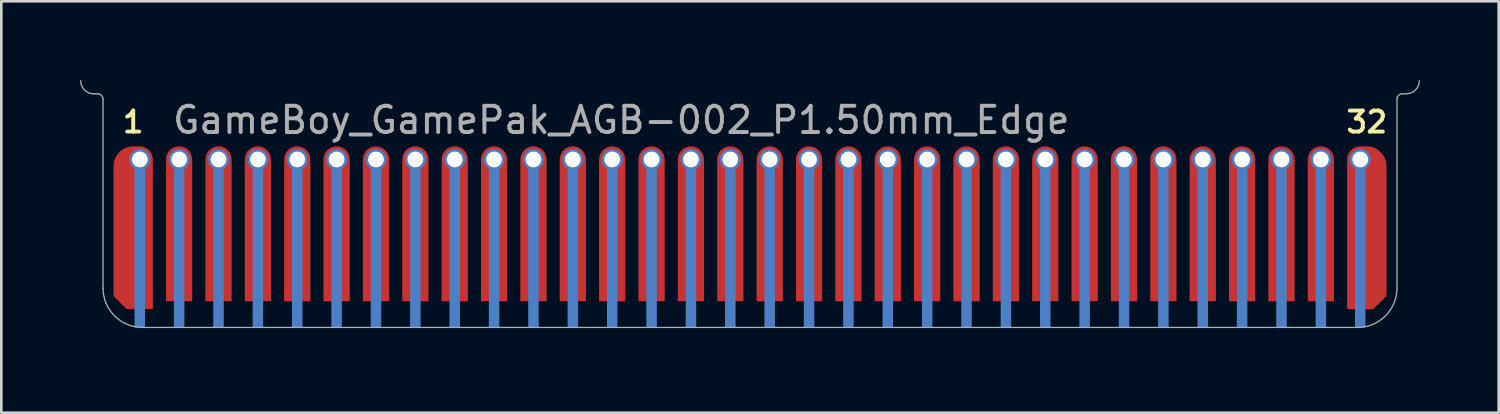
<source format=kicad_pcb>
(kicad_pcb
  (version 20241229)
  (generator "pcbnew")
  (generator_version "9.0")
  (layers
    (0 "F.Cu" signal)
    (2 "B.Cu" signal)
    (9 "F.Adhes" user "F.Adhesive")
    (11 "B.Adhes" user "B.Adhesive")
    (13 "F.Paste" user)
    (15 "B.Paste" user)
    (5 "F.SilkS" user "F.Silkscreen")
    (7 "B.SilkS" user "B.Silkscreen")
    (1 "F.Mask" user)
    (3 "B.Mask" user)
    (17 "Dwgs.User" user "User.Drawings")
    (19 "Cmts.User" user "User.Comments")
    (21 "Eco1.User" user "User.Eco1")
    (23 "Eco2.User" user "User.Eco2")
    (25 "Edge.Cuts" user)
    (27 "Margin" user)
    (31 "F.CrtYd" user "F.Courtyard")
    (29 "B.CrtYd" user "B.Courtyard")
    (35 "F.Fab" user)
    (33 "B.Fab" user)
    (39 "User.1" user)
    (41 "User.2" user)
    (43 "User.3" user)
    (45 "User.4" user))
  (footprint "GameBoy_GamePak_AGB-002_P1.50mm_Edge"
    (layer "F.Cu")
    (at 25.525 9.425)
    (property "Reference" "GameBoy_GamePak_AGB-002_P1.50mm_Edge" (at -22.075 -7.9 0) (layer "F.Fab") (effects (font (size 1 1) (thickness 0.15)) (justify left)))
    (attr through_hole)
    (fp_poly (pts (xy -22.25 -5.7) (xy -21.25 -5.7) (xy -21.25 -1) (xy -22.25 -1)) (stroke (width 0) (type solid)) (fill yes) (layer "F.Mask"))
    (fp_poly (pts (xy -20.75 -5.7) (xy -19.75 -5.7) (xy -19.75 -1) (xy -20.75 -1)) (stroke (width 0) (type solid)) (fill yes) (layer "F.Mask"))
    (fp_poly (pts (xy -19.25 -5.7) (xy -18.25 -5.7) (xy -18.25 -1) (xy -19.25 -1)) (stroke (width 0) (type solid)) (fill yes) (layer "F.Mask"))
    (fp_poly (pts (xy -17.75 -5.7) (xy -16.75 -5.7) (xy -16.75 -1) (xy -17.75 -1)) (stroke (width 0) (type solid)) (fill yes) (layer "F.Mask"))
    (fp_poly (pts (xy -16.25 -5.7) (xy -15.25 -5.7) (xy -15.25 -1) (xy -16.25 -1)) (stroke (width 0) (type solid)) (fill yes) (layer "F.Mask"))
    (fp_poly (pts (xy -14.75 -5.7) (xy -13.75 -5.7) (xy -13.75 -1) (xy -14.75 -1)) (stroke (width 0) (type solid)) (fill yes) (layer "F.Mask"))
    (fp_poly (pts (xy -13.25 -5.7) (xy -12.25 -5.7) (xy -12.25 -1) (xy -13.25 -1)) (stroke (width 0) (type solid)) (fill yes) (layer "F.Mask"))
    (fp_poly (pts (xy -11.75 -5.7) (xy -10.75 -5.7) (xy -10.75 -1) (xy -11.75 -1)) (stroke (width 0) (type solid)) (fill yes) (layer "F.Mask"))
    (fp_poly (pts (xy -10.25 -5.7) (xy -9.25 -5.7) (xy -9.25 -1) (xy -10.25 -1)) (stroke (width 0) (type solid)) (fill yes) (layer "F.Mask"))
    (fp_poly (pts (xy -8.75 -5.7) (xy -7.75 -5.7) (xy -7.75 -1) (xy -8.75 -1)) (stroke (width 0) (type solid)) (fill yes) (layer "F.Mask"))
    (fp_poly (pts (xy -7.25 -5.7) (xy -6.25 -5.7) (xy -6.25 -1) (xy -7.25 -1)) (stroke (width 0) (type solid)) (fill yes) (layer "F.Mask"))
    (fp_poly (pts (xy -5.75 -5.7) (xy -4.75 -5.7) (xy -4.75 -1) (xy -5.75 -1)) (stroke (width 0) (type solid)) (fill yes) (layer "F.Mask"))
    (fp_poly (pts (xy -4.25 -5.7) (xy -3.25 -5.7) (xy -3.25 -1) (xy -4.25 -1)) (stroke (width 0) (type solid)) (fill yes) (layer "F.Mask"))
    (fp_poly (pts (xy -2.75 -5.7) (xy -1.75 -5.7) (xy -1.75 -1) (xy -2.75 -1)) (stroke (width 0) (type solid)) (fill yes) (layer "F.Mask"))
    (fp_poly (pts (xy -1.25 -5.7) (xy -0.25 -5.7) (xy -0.25 -1) (xy -1.25 -1)) (stroke (width 0) (type solid)) (fill yes) (layer "F.Mask"))
    (fp_poly (pts (xy 0.25 -5.7) (xy 1.25 -5.7) (xy 1.25 -1) (xy 0.25 -1)) (stroke (width 0) (type solid)) (fill yes) (layer "F.Mask"))
    (fp_poly (pts (xy 1.75 -5.7) (xy 2.75 -5.7) (xy 2.75 -1) (xy 1.75 -1)) (stroke (width 0) (type solid)) (fill yes) (layer "F.Mask"))
    (fp_poly (pts (xy 3.25 -5.7) (xy 4.25 -5.7) (xy 4.25 -1) (xy 3.25 -1)) (stroke (width 0) (type solid)) (fill yes) (layer "F.Mask"))
    (fp_poly (pts (xy 4.75 -5.7) (xy 5.75 -5.7) (xy 5.75 -1) (xy 4.75 -1)) (stroke (width 0) (type solid)) (fill yes) (layer "F.Mask"))
    (fp_poly (pts (xy 6.25 -5.7) (xy 7.25 -5.7) (xy 7.25 -1) (xy 6.25 -1)) (stroke (width 0) (type solid)) (fill yes) (layer "F.Mask"))
    (fp_poly (pts (xy 7.75 -5.7) (xy 8.75 -5.7) (xy 8.75 -1) (xy 7.75 -1)) (stroke (width 0) (type solid)) (fill yes) (layer "F.Mask"))
    (fp_poly (pts (xy 9.25 -5.7) (xy 10.25 -5.7) (xy 10.25 -1) (xy 9.25 -1)) (stroke (width 0) (type solid)) (fill yes) (layer "F.Mask"))
    (fp_poly (pts (xy 10.75 -5.7) (xy 11.75 -5.7) (xy 11.75 -1) (xy 10.75 -1)) (stroke (width 0) (type solid)) (fill yes) (layer "F.Mask"))
    (fp_poly (pts (xy 12.25 -5.7) (xy 13.25 -5.7) (xy 13.25 -1) (xy 12.25 -1)) (stroke (width 0) (type solid)) (fill yes) (layer "F.Mask"))
    (fp_poly (pts (xy 13.75 -5.7) (xy 14.75 -5.7) (xy 14.75 -1) (xy 13.75 -1)) (stroke (width 0) (type solid)) (fill yes) (layer "F.Mask"))
    (fp_poly (pts (xy 15.25 -5.7) (xy 16.25 -5.7) (xy 16.25 -1) (xy 15.25 -1)) (stroke (width 0) (type solid)) (fill yes) (layer "F.Mask"))
    (fp_poly (pts (xy 16.75 -5.7) (xy 17.75 -5.7) (xy 17.75 -1) (xy 16.75 -1)) (stroke (width 0) (type solid)) (fill yes) (layer "F.Mask"))
    (fp_poly (pts (xy 18.25 -5.7) (xy 19.25 -5.7) (xy 19.25 -1) (xy 18.25 -1)) (stroke (width 0) (type solid)) (fill yes) (layer "F.Mask"))
    (fp_poly (pts (xy 19.75 -5.7) (xy 20.75 -5.7) (xy 20.75 -1) (xy 19.75 -1)) (stroke (width 0) (type solid)) (fill yes) (layer "F.Mask"))
    (fp_poly (pts (xy 21.25 -5.7) (xy 22.25 -5.7) (xy 22.25 -1) (xy 21.25 -1)) (stroke (width 0) (type solid)) (fill yes) (layer "F.Mask"))
    (fp_poly (pts (xy 24.9 0.25) (xy -24.9 0.25) (xy -24.9 -5.7) (xy 24.9 -5.7)) (stroke (width 0) (type solid)) (fill yes) (layer "F.Mask"))
    (fp_poly (pts (xy -24.25 -5.7) (xy -22.75 -5.7) (xy -22.75 -0.7) (xy -23.75 -0.7) (xy -24.25 -1.2)) (stroke (width 0) (type solid)) (fill yes) (layer "F.Mask"))
    (fp_poly (pts (xy 22.75 -5.7) (xy 24.25 -5.7) (xy 24.25 -1.2) (xy 23.75 -0.7) (xy 22.75 -0.7)) (stroke (width 0) (type solid)) (fill yes) (layer "F.Mask"))
    (fp_poly (pts (xy -23.85 0.25) (xy -24.9 0.25) (xy -24.9 -5.7) (xy -23.85 -5.7)) (stroke (width 0) (type solid)) (fill yes) (layer "B.Mask"))
    (fp_poly (pts (xy -22.35 0.25) (xy -22.65 0.25) (xy -22.65 -5.7) (xy -22.35 -5.7)) (stroke (width 0) (type solid)) (fill yes) (layer "B.Mask"))
    (fp_poly (pts (xy -20.85 0.25) (xy -21.15 0.25) (xy -21.15 -5.7) (xy -20.85 -5.7)) (stroke (width 0) (type solid)) (fill yes) (layer "B.Mask"))
    (fp_poly (pts (xy -19.35 0.25) (xy -19.65 0.25) (xy -19.65 -5.7) (xy -19.35 -5.7)) (stroke (width 0) (type solid)) (fill yes) (layer "B.Mask"))
    (fp_poly (pts (xy -17.85 0.25) (xy -18.15 0.25) (xy -18.15 -5.7) (xy -17.85 -5.7)) (stroke (width 0) (type solid)) (fill yes) (layer "B.Mask"))
    (fp_poly (pts (xy -16.35 0.25) (xy -16.65 0.25) (xy -16.65 -5.7) (xy -16.35 -5.7)) (stroke (width 0) (type solid)) (fill yes) (layer "B.Mask"))
    (fp_poly (pts (xy -14.85 0.25) (xy -15.15 0.25) (xy -15.15 -5.7) (xy -14.85 -5.7)) (stroke (width 0) (type solid)) (fill yes) (layer "B.Mask"))
    (fp_poly (pts (xy -13.35 0.25) (xy -13.65 0.25) (xy -13.65 -5.7) (xy -13.35 -5.7)) (stroke (width 0) (type solid)) (fill yes) (layer "B.Mask"))
    (fp_poly (pts (xy -11.85 0.25) (xy -12.15 0.25) (xy -12.15 -5.7) (xy -11.85 -5.7)) (stroke (width 0) (type solid)) (fill yes) (layer "B.Mask"))
    (fp_poly (pts (xy -10.35 0.25) (xy -10.65 0.25) (xy -10.65 -5.7) (xy -10.35 -5.7)) (stroke (width 0) (type solid)) (fill yes) (layer "B.Mask"))
    (fp_poly (pts (xy -8.85 0.25) (xy -9.15 0.25) (xy -9.15 -5.7) (xy -8.85 -5.7)) (stroke (width 0) (type solid)) (fill yes) (layer "B.Mask"))
    (fp_poly (pts (xy -7.35 0.25) (xy -7.65 0.25) (xy -7.65 -5.7) (xy -7.35 -5.7)) (stroke (width 0) (type solid)) (fill yes) (layer "B.Mask"))
    (fp_poly (pts (xy -5.85 0.25) (xy -6.15 0.25) (xy -6.15 -5.7) (xy -5.85 -5.7)) (stroke (width 0) (type solid)) (fill yes) (layer "B.Mask"))
    (fp_poly (pts (xy -4.35 0.25) (xy -4.65 0.25) (xy -4.65 -5.7) (xy -4.35 -5.7)) (stroke (width 0) (type solid)) (fill yes) (layer "B.Mask"))
    (fp_poly (pts (xy -2.85 0.25) (xy -3.15 0.25) (xy -3.15 -5.7) (xy -2.85 -5.7)) (stroke (width 0) (type solid)) (fill yes) (layer "B.Mask"))
    (fp_poly (pts (xy -1.35 0.25) (xy -1.65 0.25) (xy -1.65 -5.7) (xy -1.35 -5.7)) (stroke (width 0) (type solid)) (fill yes) (layer "B.Mask"))
    (fp_poly (pts (xy 0.15 0.25) (xy -0.15 0.25) (xy -0.15 -5.7) (xy 0.15 -5.7)) (stroke (width 0) (type solid)) (fill yes) (layer "B.Mask"))
    (fp_poly (pts (xy 1.65 0.25) (xy 1.35 0.25) (xy 1.35 -5.7) (xy 1.65 -5.7)) (stroke (width 0) (type solid)) (fill yes) (layer "B.Mask"))
    (fp_poly (pts (xy 3.15 0.25) (xy 2.85 0.25) (xy 2.85 -5.7) (xy 3.15 -5.7)) (stroke (width 0) (type solid)) (fill yes) (layer "B.Mask"))
    (fp_poly (pts (xy 4.65 0.25) (xy 4.35 0.25) (xy 4.35 -5.7) (xy 4.65 -5.7)) (stroke (width 0) (type solid)) (fill yes) (layer "B.Mask"))
    (fp_poly (pts (xy 6.15 0.25) (xy 5.85 0.25) (xy 5.85 -5.7) (xy 6.15 -5.7)) (stroke (width 0) (type solid)) (fill yes) (layer "B.Mask"))
    (fp_poly (pts (xy 7.65 0.25) (xy 7.35 0.25) (xy 7.35 -5.7) (xy 7.65 -5.7)) (stroke (width 0) (type solid)) (fill yes) (layer "B.Mask"))
    (fp_poly (pts (xy 9.15 0.25) (xy 8.85 0.25) (xy 8.85 -5.7) (xy 9.15 -5.7)) (stroke (width 0) (type solid)) (fill yes) (layer "B.Mask"))
    (fp_poly (pts (xy 10.65 0.25) (xy 10.35 0.25) (xy 10.35 -5.7) (xy 10.65 -5.7)) (stroke (width 0) (type solid)) (fill yes) (layer "B.Mask"))
    (fp_poly (pts (xy 12.15 0.25) (xy 11.85 0.25) (xy 11.85 -5.7) (xy 12.15 -5.7)) (stroke (width 0) (type solid)) (fill yes) (layer "B.Mask"))
    (fp_poly (pts (xy 13.65 0.25) (xy 13.35 0.25) (xy 13.35 -5.7) (xy 13.65 -5.7)) (stroke (width 0) (type solid)) (fill yes) (layer "B.Mask"))
    (fp_poly (pts (xy 15.15 0.25) (xy 14.85 0.25) (xy 14.85 -5.7) (xy 15.15 -5.7)) (stroke (width 0) (type solid)) (fill yes) (layer "B.Mask"))
    (fp_poly (pts (xy 16.65 0.25) (xy 16.35 0.25) (xy 16.35 -5.7) (xy 16.65 -5.7)) (stroke (width 0) (type solid)) (fill yes) (layer "B.Mask"))
    (fp_poly (pts (xy 18.15 0.25) (xy 17.85 0.25) (xy 17.85 -5.7) (xy 18.15 -5.7)) (stroke (width 0) (type solid)) (fill yes) (layer "B.Mask"))
    (fp_poly (pts (xy 19.65 0.25) (xy 19.35 0.25) (xy 19.35 -5.7) (xy 19.65 -5.7)) (stroke (width 0) (type solid)) (fill yes) (layer "B.Mask"))
    (fp_poly (pts (xy 21.15 0.25) (xy 20.85 0.25) (xy 20.85 -5.7) (xy 21.15 -5.7)) (stroke (width 0) (type solid)) (fill yes) (layer "B.Mask"))
    (fp_poly (pts (xy 22.65 0.25) (xy 22.35 0.25) (xy 22.35 -5.7) (xy 22.65 -5.7)) (stroke (width 0) (type solid)) (fill yes) (layer "B.Mask"))
    (fp_poly (pts (xy 24.9 0.25) (xy 23.85 0.25) (xy 23.85 -5.7) (xy 24.9 -5.7)) (stroke (width 0) (type solid)) (fill yes) (layer "B.Mask"))
    (fp_line (start -24.85 -8.9) (end -25 -8.9) (stroke (width 0.05) (type solid)) (layer "F.Fab"))
    (fp_line (start -24.65 -1.5) (end -24.65 -8.7) (stroke (width 0.05) (type solid)) (layer "F.Fab"))
    (fp_line (start -23.15 0) (end 23.15 0) (stroke (width 0.05) (type solid)) (layer "F.Fab"))
    (fp_line (start 24.65 -8.7) (end 24.65 -1.5) (stroke (width 0.05) (type solid)) (layer "F.Fab"))
    (fp_line (start 25 -8.9) (end 24.85 -8.9) (stroke (width 0.05) (type solid)) (layer "F.Fab"))
    (fp_arc (start -25 -8.9) (mid -25.353553 -9.046447) (end -25.5 -9.4) (stroke (width 0.05) (type solid)) (layer "F.Fab"))
    (fp_arc (start -24.85 -8.9) (mid -24.708579 -8.841421) (end -24.65 -8.7) (stroke (width 0.05) (type solid)) (layer "F.Fab"))
    (fp_arc (start -23.15 0) (mid -24.21066 -0.43934) (end -24.65 -1.5) (stroke (width 0.05) (type solid)) (layer "F.Fab"))
    (fp_arc (start 24.65 -8.7) (mid 24.708579 -8.841421) (end 24.85 -8.9) (stroke (width 0.05) (type solid)) (layer "F.Fab"))
    (fp_arc (start 24.65 -1.5) (mid 24.21066 -0.43934) (end 23.15 0) (stroke (width 0.05) (type solid)) (layer "F.Fab"))
    (fp_arc (start 25.5 -9.4) (mid 25.353553 -9.046447) (end 25 -8.9) (stroke (width 0.05) (type solid)) (layer "F.Fab"))
    (fp_text user "1" (at -23.5 -7.825 0) (layer "F.SilkS") (effects (font (size 0.8 0.8) (thickness 0.15))))
    (fp_text user "32" (at 23.5 -7.825 0) (layer "F.SilkS") (effects (font (size 0.8 0.8) (thickness 0.15))))
    (pad "1" thru_hole circle (at -23.25 -6.4) (size 0.8 0.8) (drill 0.6) (layers "*.Cu" "*.Mask"))
    (pad "1" connect custom (at -23.25 -6.4) (size 0.8 0.8) (layers "F.Cu") (options (anchor circle)) (primitives (gr_line (start -0.25 -0.45) (end 0 -0.45) (width 0.1)) (gr_circle (center 0 0) (end 0.25 0) (width 0.5) (fill no)) (gr_poly (pts (xy -1 5.2) (xy -1 0.25) (xy 0.5 0.25) (xy 0.5 5.7) (xy -0.5 5.7)) (width 0) (fill yes)) (gr_circle (center -0.25 0.25) (end 0.125 0.25) (width 0.75) (fill no)) (gr_line (start 0.45 0) (end 0.45 0.25) (width 0.1))))
    (pad "1" smd rect (at -23.25 -3.05) (size 0.4 6.1) (layers "B.Cu"))
    (pad "2" thru_hole circle (at -21.75 -6.4) (size 0.8 0.8) (drill 0.6) (layers "*.Cu" "*.Mask"))
    (pad "2" connect custom (at -21.75 -6.4) (size 0.8 0.8) (layers "F.Cu") (options (anchor circle)) (primitives (gr_poly (pts (xy -0.5 5.4) (xy 0.5 5.4) (xy 0.5 0) (xy -0.5 0)) (width 0) (fill yes)) (gr_circle (center -0.001 0) (end 0.25 0) (width 0.5) (fill no))))
    (pad "2" smd rect (at -21.75 -3.05) (size 0.4 6.1) (layers "B.Cu"))
    (pad "3" thru_hole circle (at -20.25 -6.4) (size 0.8 0.8) (drill 0.6) (layers "*.Cu" "*.Mask"))
    (pad "3" connect custom (at -20.25 -6.4) (size 0.8 0.8) (layers "F.Cu") (options (anchor circle)) (primitives (gr_poly (pts (xy -0.5 5.4) (xy 0.5 5.4) (xy 0.5 0) (xy -0.5 0)) (width 0) (fill yes)) (gr_circle (center -0.001 0) (end 0.25 0) (width 0.5) (fill no))))
    (pad "3" smd rect (at -20.25 -3.05) (size 0.4 6.1) (layers "B.Cu"))
    (pad "4" thru_hole circle (at -18.75 -6.4) (size 0.8 0.8) (drill 0.6) (layers "*.Cu" "*.Mask"))
    (pad "4" connect custom (at -18.75 -6.4) (size 0.8 0.8) (layers "F.Cu") (options (anchor circle)) (primitives (gr_poly (pts (xy -0.5 5.4) (xy 0.5 5.4) (xy 0.5 0) (xy -0.5 0)) (width 0) (fill yes)) (gr_circle (center -0.001 0) (end 0.25 0) (width 0.5) (fill no))))
    (pad "4" smd rect (at -18.75 -3.05) (size 0.4 6.1) (layers "B.Cu"))
    (pad "5" thru_hole circle (at -17.25 -6.4) (size 0.8 0.8) (drill 0.6) (layers "*.Cu" "*.Mask"))
    (pad "5" connect custom (at -17.25 -6.4) (size 0.8 0.8) (layers "F.Cu") (options (anchor circle)) (primitives (gr_poly (pts (xy -0.5 5.4) (xy 0.5 5.4) (xy 0.5 0) (xy -0.5 0)) (width 0) (fill yes)) (gr_circle (center -0.001 0) (end 0.25 0) (width 0.5) (fill no))))
    (pad "5" smd rect (at -17.25 -3.05) (size 0.4 6.1) (layers "B.Cu"))
    (pad "6" thru_hole circle (at -15.75 -6.4) (size 0.8 0.8) (drill 0.6) (layers "*.Cu" "*.Mask"))
    (pad "6" connect custom (at -15.75 -6.4) (size 0.8 0.8) (layers "F.Cu") (options (anchor circle)) (primitives (gr_poly (pts (xy -0.5 5.4) (xy 0.5 5.4) (xy 0.5 0) (xy -0.5 0)) (width 0) (fill yes)) (gr_circle (center -0.001 0) (end 0.25 0) (width 0.5) (fill no))))
    (pad "6" smd rect (at -15.75 -3.05) (size 0.4 6.1) (layers "B.Cu"))
    (pad "7" thru_hole circle (at -14.25 -6.4) (size 0.8 0.8) (drill 0.6) (layers "*.Cu" "*.Mask"))
    (pad "7" connect custom (at -14.25 -6.4) (size 0.8 0.8) (layers "F.Cu") (options (anchor circle)) (primitives (gr_poly (pts (xy -0.5 5.4) (xy 0.5 5.4) (xy 0.5 0) (xy -0.5 0)) (width 0) (fill yes)) (gr_circle (center -0.001 0) (end 0.25 0) (width 0.5) (fill no))))
    (pad "7" smd rect (at -14.25 -3.05) (size 0.4 6.1) (layers "B.Cu"))
    (pad "8" thru_hole circle (at -12.75 -6.4) (size 0.8 0.8) (drill 0.6) (layers "*.Cu" "*.Mask"))
    (pad "8" connect custom (at -12.75 -6.4) (size 0.8 0.8) (layers "F.Cu") (options (anchor circle)) (primitives (gr_poly (pts (xy -0.5 5.4) (xy 0.5 5.4) (xy 0.5 0) (xy -0.5 0)) (width 0) (fill yes)) (gr_circle (center -0.001 0) (end 0.25 0) (width 0.5) (fill no))))
    (pad "8" smd rect (at -12.75 -3.05) (size 0.4 6.1) (layers "B.Cu"))
    (pad "9" thru_hole circle (at -11.25 -6.4) (size 0.8 0.8) (drill 0.6) (layers "*.Cu" "*.Mask"))
    (pad "9" connect custom (at -11.25 -6.4) (size 0.8 0.8) (layers "F.Cu") (options (anchor circle)) (primitives (gr_poly (pts (xy -0.5 5.4) (xy 0.5 5.4) (xy 0.5 0) (xy -0.5 0)) (width 0) (fill yes)) (gr_circle (center -0.001 0) (end 0.25 0) (width 0.5) (fill no))))
    (pad "9" smd rect (at -11.25 -3.05) (size 0.4 6.1) (layers "B.Cu"))
    (pad "10" thru_hole circle (at -9.75 -6.4) (size 0.8 0.8) (drill 0.6) (layers "*.Cu" "*.Mask"))
    (pad "10" connect custom (at -9.75 -6.4) (size 0.8 0.8) (layers "F.Cu") (options (anchor circle)) (primitives (gr_poly (pts (xy -0.5 5.4) (xy 0.5 5.4) (xy 0.5 0) (xy -0.5 0)) (width 0) (fill yes)) (gr_circle (center -0.001 0) (end 0.25 0) (width 0.5) (fill no))))
    (pad "10" smd rect (at -9.75 -3.05) (size 0.4 6.1) (layers "B.Cu"))
    (pad "11" thru_hole circle (at -8.25 -6.4) (size 0.8 0.8) (drill 0.6) (layers "*.Cu" "*.Mask"))
    (pad "11" connect custom (at -8.25 -6.4) (size 0.8 0.8) (layers "F.Cu") (options (anchor circle)) (primitives (gr_poly (pts (xy -0.5 5.4) (xy 0.5 5.4) (xy 0.5 0) (xy -0.5 0)) (width 0) (fill yes)) (gr_circle (center -0.001 0) (end 0.25 0) (width 0.5) (fill no))))
    (pad "11" smd rect (at -8.25 -3.05) (size 0.4 6.1) (layers "B.Cu"))
    (pad "12" thru_hole circle (at -6.75 -6.4) (size 0.8 0.8) (drill 0.6) (layers "*.Cu" "*.Mask"))
    (pad "12" connect custom (at -6.75 -6.4) (size 0.8 0.8) (layers "F.Cu") (options (anchor circle)) (primitives (gr_poly (pts (xy -0.5 5.4) (xy 0.5 5.4) (xy 0.5 0) (xy -0.5 0)) (width 0) (fill yes)) (gr_circle (center -0.001 0) (end 0.25 0) (width 0.5) (fill no))))
    (pad "12" smd rect (at -6.75 -3.05) (size 0.4 6.1) (layers "B.Cu"))
    (pad "13" thru_hole circle (at -5.25 -6.4) (size 0.8 0.8) (drill 0.6) (layers "*.Cu" "*.Mask"))
    (pad "13" connect custom (at -5.25 -6.4) (size 0.8 0.8) (layers "F.Cu") (options (anchor circle)) (primitives (gr_poly (pts (xy -0.5 5.4) (xy 0.5 5.4) (xy 0.5 0) (xy -0.5 0)) (width 0) (fill yes)) (gr_circle (center -0.001 0) (end 0.25 0) (width 0.5) (fill no))))
    (pad "13" smd rect (at -5.25 -3.05) (size 0.4 6.1) (layers "B.Cu"))
    (pad "14" thru_hole circle (at -3.75 -6.4) (size 0.8 0.8) (drill 0.6) (layers "*.Cu" "*.Mask"))
    (pad "14" connect custom (at -3.75 -6.4) (size 0.8 0.8) (layers "F.Cu") (options (anchor circle)) (primitives (gr_poly (pts (xy -0.5 5.4) (xy 0.5 5.4) (xy 0.5 0) (xy -0.5 0)) (width 0) (fill yes)) (gr_circle (center -0.001 0) (end 0.25 0) (width 0.5) (fill no))))
    (pad "14" smd rect (at -3.75 -3.05) (size 0.4 6.1) (layers "B.Cu"))
    (pad "15" thru_hole circle (at -2.25 -6.4) (size 0.8 0.8) (drill 0.6) (layers "*.Cu" "*.Mask"))
    (pad "15" connect custom (at -2.25 -6.4) (size 0.8 0.8) (layers "F.Cu") (options (anchor circle)) (primitives (gr_poly (pts (xy -0.5 5.4) (xy 0.5 5.4) (xy 0.5 0) (xy -0.5 0)) (width 0) (fill yes)) (gr_circle (center -0.001 0) (end 0.25 0) (width 0.5) (fill no))))
    (pad "15" smd rect (at -2.25 -3.05) (size 0.4 6.1) (layers "B.Cu"))
    (pad "16" thru_hole circle (at -0.75 -6.4) (size 0.8 0.8) (drill 0.6) (layers "*.Cu" "*.Mask"))
    (pad "16" connect custom (at -0.75 -6.4) (size 0.8 0.8) (layers "F.Cu") (options (anchor circle)) (primitives (gr_poly (pts (xy -0.5 5.4) (xy 0.5 5.4) (xy 0.5 0) (xy -0.5 0)) (width 0) (fill yes)) (gr_circle (center -0.001 0) (end 0.25 0) (width 0.5) (fill no))))
    (pad "16" smd rect (at -0.75 -3.05) (size 0.4 6.1) (layers "B.Cu"))
    (pad "17" thru_hole circle (at 0.75 -6.4) (size 0.8 0.8) (drill 0.6) (layers "*.Cu" "*.Mask"))
    (pad "17" connect custom (at 0.75 -6.4) (size 0.8 0.8) (layers "F.Cu") (options (anchor circle)) (primitives (gr_poly (pts (xy -0.5 5.4) (xy 0.5 5.4) (xy 0.5 0) (xy -0.5 0)) (width 0) (fill yes)) (gr_circle (center -0.001 0) (end 0.25 0) (width 0.5) (fill no))))
    (pad "17" smd rect (at 0.75 -3.05) (size 0.4 6.1) (layers "B.Cu"))
    (pad "18" thru_hole circle (at 2.25 -6.4) (size 0.8 0.8) (drill 0.6) (layers "*.Cu" "*.Mask"))
    (pad "18" connect custom (at 2.25 -6.4) (size 0.8 0.8) (layers "F.Cu") (options (anchor circle)) (primitives (gr_poly (pts (xy -0.5 5.4) (xy 0.5 5.4) (xy 0.5 0) (xy -0.5 0)) (width 0) (fill yes)) (gr_circle (center -0.001 0) (end 0.25 0) (width 0.5) (fill no))))
    (pad "18" smd rect (at 2.25 -3.05) (size 0.4 6.1) (layers "B.Cu"))
    (pad "19" thru_hole circle (at 3.75 -6.4) (size 0.8 0.8) (drill 0.6) (layers "*.Cu" "*.Mask"))
    (pad "19" connect custom (at 3.75 -6.4) (size 0.8 0.8) (layers "F.Cu") (options (anchor circle)) (primitives (gr_poly (pts (xy -0.5 5.4) (xy 0.5 5.4) (xy 0.5 0) (xy -0.5 0)) (width 0) (fill yes)) (gr_circle (center -0.001 0) (end 0.25 0) (width 0.5) (fill no))))
    (pad "19" smd rect (at 3.75 -3.05) (size 0.4 6.1) (layers "B.Cu"))
    (pad "20" thru_hole circle (at 5.25 -6.4) (size 0.8 0.8) (drill 0.6) (layers "*.Cu" "*.Mask"))
    (pad "20" connect custom (at 5.25 -6.4) (size 0.8 0.8) (layers "F.Cu") (options (anchor circle)) (primitives (gr_poly (pts (xy -0.5 5.4) (xy 0.5 5.4) (xy 0.5 0) (xy -0.5 0)) (width 0) (fill yes)) (gr_circle (center -0.001 0) (end 0.25 0) (width 0.5) (fill no))))
    (pad "20" smd rect (at 5.25 -3.05) (size 0.4 6.1) (layers "B.Cu"))
    (pad "21" thru_hole circle (at 6.75 -6.4) (size 0.8 0.8) (drill 0.6) (layers "*.Cu" "*.Mask"))
    (pad "21" connect custom (at 6.75 -6.4) (size 0.8 0.8) (layers "F.Cu") (options (anchor circle)) (primitives (gr_poly (pts (xy -0.5 5.4) (xy 0.5 5.4) (xy 0.5 0) (xy -0.5 0)) (width 0) (fill yes)) (gr_circle (center -0.001 0) (end 0.25 0) (width 0.5) (fill no))))
    (pad "21" smd rect (at 6.75 -3.05) (size 0.4 6.1) (layers "B.Cu"))
    (pad "22" thru_hole circle (at 8.25 -6.4) (size 0.8 0.8) (drill 0.6) (layers "*.Cu" "*.Mask"))
    (pad "22" connect custom (at 8.25 -6.4) (size 0.8 0.8) (layers "F.Cu") (options (anchor circle)) (primitives (gr_poly (pts (xy -0.5 5.4) (xy 0.5 5.4) (xy 0.5 0) (xy -0.5 0)) (width 0) (fill yes)) (gr_circle (center -0.001 0) (end 0.25 0) (width 0.5) (fill no))))
    (pad "22" smd rect (at 8.25 -3.05) (size 0.4 6.1) (layers "B.Cu"))
    (pad "23" thru_hole circle (at 9.75 -6.4) (size 0.8 0.8) (drill 0.6) (layers "*.Cu" "*.Mask"))
    (pad "23" connect custom (at 9.75 -6.4) (size 0.8 0.8) (layers "F.Cu") (options (anchor circle)) (primitives (gr_poly (pts (xy -0.5 5.4) (xy 0.5 5.4) (xy 0.5 0) (xy -0.5 0)) (width 0) (fill yes)) (gr_circle (center -0.001 0) (end 0.25 0) (width 0.5) (fill no))))
    (pad "23" smd rect (at 9.75 -3.05) (size 0.4 6.1) (layers "B.Cu"))
    (pad "24" thru_hole circle (at 11.25 -6.4) (size 0.8 0.8) (drill 0.6) (layers "*.Cu" "*.Mask"))
    (pad "24" connect custom (at 11.25 -6.4) (size 0.8 0.8) (layers "F.Cu") (options (anchor circle)) (primitives (gr_poly (pts (xy -0.5 5.4) (xy 0.5 5.4) (xy 0.5 0) (xy -0.5 0)) (width 0) (fill yes)) (gr_circle (center -0.001 0) (end 0.25 0) (width 0.5) (fill no))))
    (pad "24" smd rect (at 11.25 -3.05) (size 0.4 6.1) (layers "B.Cu"))
    (pad "25" thru_hole circle (at 12.75 -6.4) (size 0.8 0.8) (drill 0.6) (layers "*.Cu" "*.Mask"))
    (pad "25" connect custom (at 12.75 -6.4) (size 0.8 0.8) (layers "F.Cu") (options (anchor circle)) (primitives (gr_poly (pts (xy -0.5 5.4) (xy 0.5 5.4) (xy 0.5 0) (xy -0.5 0)) (width 0) (fill yes)) (gr_circle (center -0.001 0) (end 0.25 0) (width 0.5) (fill no))))
    (pad "25" smd rect (at 12.75 -3.05) (size 0.4 6.1) (layers "B.Cu"))
    (pad "26" thru_hole circle (at 14.25 -6.4) (size 0.8 0.8) (drill 0.6) (layers "*.Cu" "*.Mask"))
    (pad "26" connect custom (at 14.25 -6.4) (size 0.8 0.8) (layers "F.Cu") (options (anchor circle)) (primitives (gr_poly (pts (xy -0.5 5.4) (xy 0.5 5.4) (xy 0.5 0) (xy -0.5 0)) (width 0) (fill yes)) (gr_circle (center -0.001 0) (end 0.25 0) (width 0.5) (fill no))))
    (pad "26" smd rect (at 14.25 -3.05) (size 0.4 6.1) (layers "B.Cu"))
    (pad "27" thru_hole circle (at 15.75 -6.4) (size 0.8 0.8) (drill 0.6) (layers "*.Cu" "*.Mask"))
    (pad "27" connect custom (at 15.75 -6.4) (size 0.8 0.8) (layers "F.Cu") (options (anchor circle)) (primitives (gr_poly (pts (xy -0.5 5.4) (xy 0.5 5.4) (xy 0.5 0) (xy -0.5 0)) (width 0) (fill yes)) (gr_circle (center -0.001 0) (end 0.25 0) (width 0.5) (fill no))))
    (pad "27" smd rect (at 15.75 -3.05) (size 0.4 6.1) (layers "B.Cu"))
    (pad "28" thru_hole circle (at 17.25 -6.4) (size 0.8 0.8) (drill 0.6) (layers "*.Cu" "*.Mask"))
    (pad "28" connect custom (at 17.25 -6.4) (size 0.8 0.8) (layers "F.Cu") (options (anchor circle)) (primitives (gr_poly (pts (xy -0.5 5.4) (xy 0.5 5.4) (xy 0.5 0) (xy -0.5 0)) (width 0) (fill yes)) (gr_circle (center -0.001 0) (end 0.25 0) (width 0.5) (fill no))))
    (pad "28" smd rect (at 17.25 -3.05) (size 0.4 6.1) (layers "B.Cu"))
    (pad "29" thru_hole circle (at 18.75 -6.4) (size 0.8 0.8) (drill 0.6) (layers "*.Cu" "*.Mask"))
    (pad "29" connect custom (at 18.75 -6.4) (size 0.8 0.8) (layers "F.Cu") (options (anchor circle)) (primitives (gr_poly (pts (xy -0.5 5.4) (xy 0.5 5.4) (xy 0.5 0) (xy -0.5 0)) (width 0) (fill yes)) (gr_circle (center -0.001 0) (end 0.25 0) (width 0.5) (fill no))))
    (pad "29" smd rect (at 18.75 -3.05) (size 0.4 6.1) (layers "B.Cu"))
    (pad "30" thru_hole circle (at 20.25 -6.4) (size 0.8 0.8) (drill 0.6) (layers "*.Cu" "*.Mask"))
    (pad "30" connect custom (at 20.25 -6.4) (size 0.8 0.8) (layers "F.Cu") (options (anchor circle)) (primitives (gr_poly (pts (xy -0.5 5.4) (xy 0.5 5.4) (xy 0.5 0) (xy -0.5 0)) (width 0) (fill yes)) (gr_circle (center -0.001 0) (end 0.25 0) (width 0.5) (fill no))))
    (pad "30" smd rect (at 20.25 -3.05) (size 0.4 6.1) (layers "B.Cu"))
    (pad "31" thru_hole circle (at 21.75 -6.4) (size 0.8 0.8) (drill 0.6) (layers "*.Cu" "*.Mask"))
    (pad "31" connect custom (at 21.75 -6.4) (size 0.8 0.8) (layers "F.Cu") (options (anchor circle)) (primitives (gr_poly (pts (xy -0.5 5.4) (xy 0.5 5.4) (xy 0.5 0) (xy -0.5 0)) (width 0) (fill yes)) (gr_circle (center -0.001 0) (end 0.25 0) (width 0.5) (fill no))))
    (pad "31" smd rect (at 21.75 -3.05) (size 0.4 6.1) (layers "B.Cu"))
    (pad "32" thru_hole circle (at 23.25 -6.4) (size 0.8 0.8) (drill 0.6) (layers "*.Cu" "*.Mask"))
    (pad "32" connect custom (at 23.25 -6.4) (size 0.8 0.8) (layers "F.Cu") (options (anchor circle)) (primitives (gr_line (start 0 -0.45) (end 0.25 -0.45) (width 0.1)) (gr_poly (pts (xy -0.5 5.7) (xy -0.5 0.25) (xy 1 0.25) (xy 1 5.2) (xy 0.5 5.7)) (width 0) (fill yes)) (gr_circle (center 0.25 0.25) (end 0.625 0.25) (width 0.75) (fill no)) (gr_circle (center 0 0) (end 0.25 0) (width 0.5) (fill no)) (gr_line (start -0.45 0) (end -0.45 0.25) (width 0.1))))
    (pad "32" smd rect (at 23.25 -3.05) (size 0.4 6.1) (layers "B.Cu")))
  (gr_rect
    (start -3 -3)
    (end 54.05 12.675)
    (stroke (width 0.1) (type default))
    (fill no)
    (layer "Edge.Cuts")))
</source>
